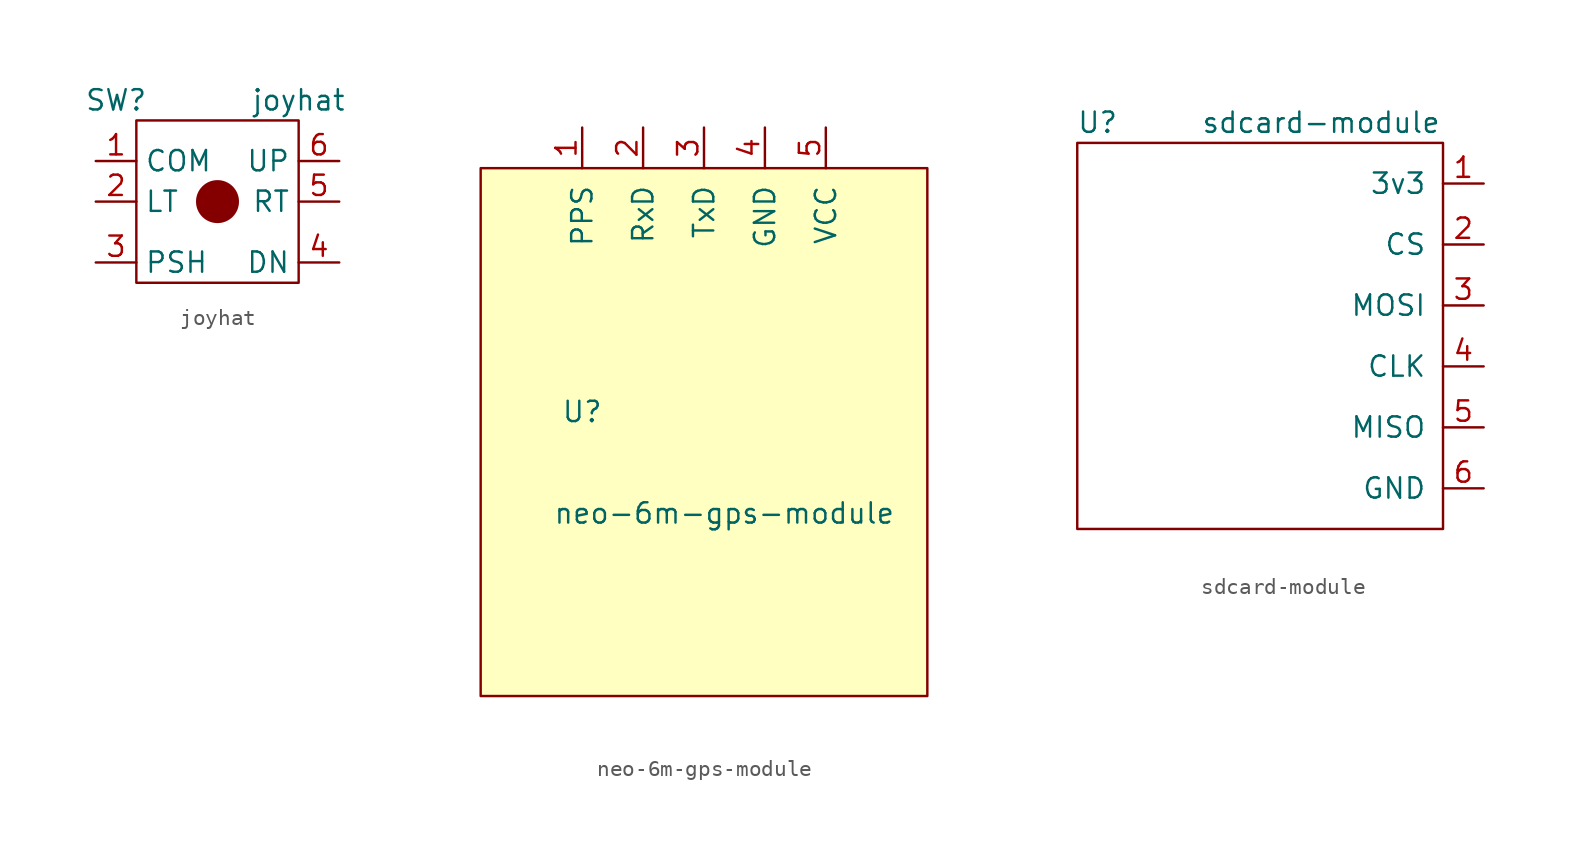
<source format=kicad_sym>
(kicad_symbol_lib
  (version 20211014)
  (generator kicad_symbol_editor)
  (symbol "joyhat"
    (property "Reference" "SW"
      (at -6.35 6.35 0)
      (effects (font (size 1.27 1.27))))
    (property "Value" "joyhat"
      (at 5.08 6.35 0)
      (effects (font (size 1.27 1.27))))
    (symbol "joyhat_0_1"
      (rectangle (start -5.08 -5.08) (end 5.08 5.08) (stroke (width 0) (type default) (color 0 0 0 0)) (fill (type none)))
      (circle (center 0 0) (radius 1.27) (stroke (width 0.152) (type default) (color 0 0 0 0)) (fill (type outline))))
    (symbol "joyhat_1_1"
      (pin output line (at -7.62 2.54 0) (length 2.54) (name "COM" (effects (font (size 1.27 1.27)))) (number "1" (effects (font (size 1.27 1.27)))))
      (pin output line (at -7.62 0 0) (length 2.54) (name "LT" (effects (font (size 1.27 1.27)))) (number "2" (effects (font (size 1.27 1.27)))))
      (pin output line (at -7.62 -3.81 0) (length 2.54) (name "PSH" (effects (font (size 1.27 1.27)))) (number "3" (effects (font (size 1.27 1.27)))))
      (pin output line (at 7.62 -3.81 180) (length 2.54) (name "DN" (effects (font (size 1.27 1.27)))) (number "4" (effects (font (size 1.27 1.27)))))
      (pin output line (at 7.62 0 180) (length 2.54) (name "RT" (effects (font (size 1.27 1.27)))) (number "5" (effects (font (size 1.27 1.27)))))
      (pin output line (at 7.62 2.54 180) (length 2.54) (name "UP" (effects (font (size 1.27 1.27)))) (number "6" (effects (font (size 1.27 1.27)))))))
  (symbol "neo-6m-gps-module"
    (pin_names
      (offset 1.016))
    (property "Reference" "U"
      (at -7.62 0 0)
      (effects (font (size 1.27 1.27))))
    (property "Value" "neo-6m-gps-module"
      (at 1.27 -6.35 0)
      (effects (font (size 1.27 1.27))))
    (symbol "neo-6m-gps-module_0_1"
      (rectangle (start -13.97 15.24) (end 13.97 -17.78) (stroke (width 0) (type default) (color 0 0 0 0)) (fill (type background))))
    (symbol "neo-6m-gps-module_1_1"
      (pin output line (at -7.62 17.78 270) (length 2.54) (name "PPS" (effects (font (size 1.27 1.27)))) (number "1" (effects (font (size 1.27 1.27)))))
      (pin output line (at -3.81 17.78 270) (length 2.54) (name "RxD" (effects (font (size 1.27 1.27)))) (number "2" (effects (font (size 1.27 1.27)))))
      (pin output line (at 0 17.78 270) (length 2.54) (name "TxD" (effects (font (size 1.27 1.27)))) (number "3" (effects (font (size 1.27 1.27)))))
      (pin power_in line (at 3.81 17.78 270) (length 2.54) (name "GND" (effects (font (size 1.27 1.27)))) (number "4" (effects (font (size 1.27 1.27)))))
      (pin power_in line (at 7.62 17.78 270) (length 2.54) (name "VCC" (effects (font (size 1.27 1.27)))) (number "5" (effects (font (size 1.27 1.27)))))))
  (symbol "sdcard-module"
    (pin_names
      (offset 1.016))
    (property "Reference" "U"
      (at -10.16 12.7 0)
      (effects (font (size 1.27 1.27))))
    (property "Value" "sdcard-module"
      (at 3.81 12.7 0)
      (effects (font (size 1.27 1.27))))
    (symbol "sdcard-module_0_1"
      (rectangle (start 11.43 11.43) (end -11.43 -12.7) (stroke (width 0) (type default) (color 0 0 0 0)) (fill (type none))))
    (symbol "sdcard-module_1_1"
      (pin power_in line (at 13.97 8.89 180) (length 2.54) (name "3v3" (effects (font (size 1.27 1.27)))) (number "1" (effects (font (size 1.27 1.27)))))
      (pin input line (at 13.97 5.08 180) (length 2.54) (name "CS" (effects (font (size 1.27 1.27)))) (number "2" (effects (font (size 1.27 1.27)))))
      (pin input line (at 13.97 1.27 180) (length 2.54) (name "MOSI" (effects (font (size 1.27 1.27)))) (number "3" (effects (font (size 1.27 1.27)))))
      (pin input line (at 13.97 -2.54 180) (length 2.54) (name "CLK" (effects (font (size 1.27 1.27)))) (number "4" (effects (font (size 1.27 1.27)))))
      (pin output line (at 13.97 -6.35 180) (length 2.54) (name "MISO" (effects (font (size 1.27 1.27)))) (number "5" (effects (font (size 1.27 1.27)))))
      (pin power_in line (at 13.97 -10.16 180) (length 2.54) (name "GND" (effects (font (size 1.27 1.27)))) (number "6" (effects (font (size 1.27 1.27))))))))
</source>
